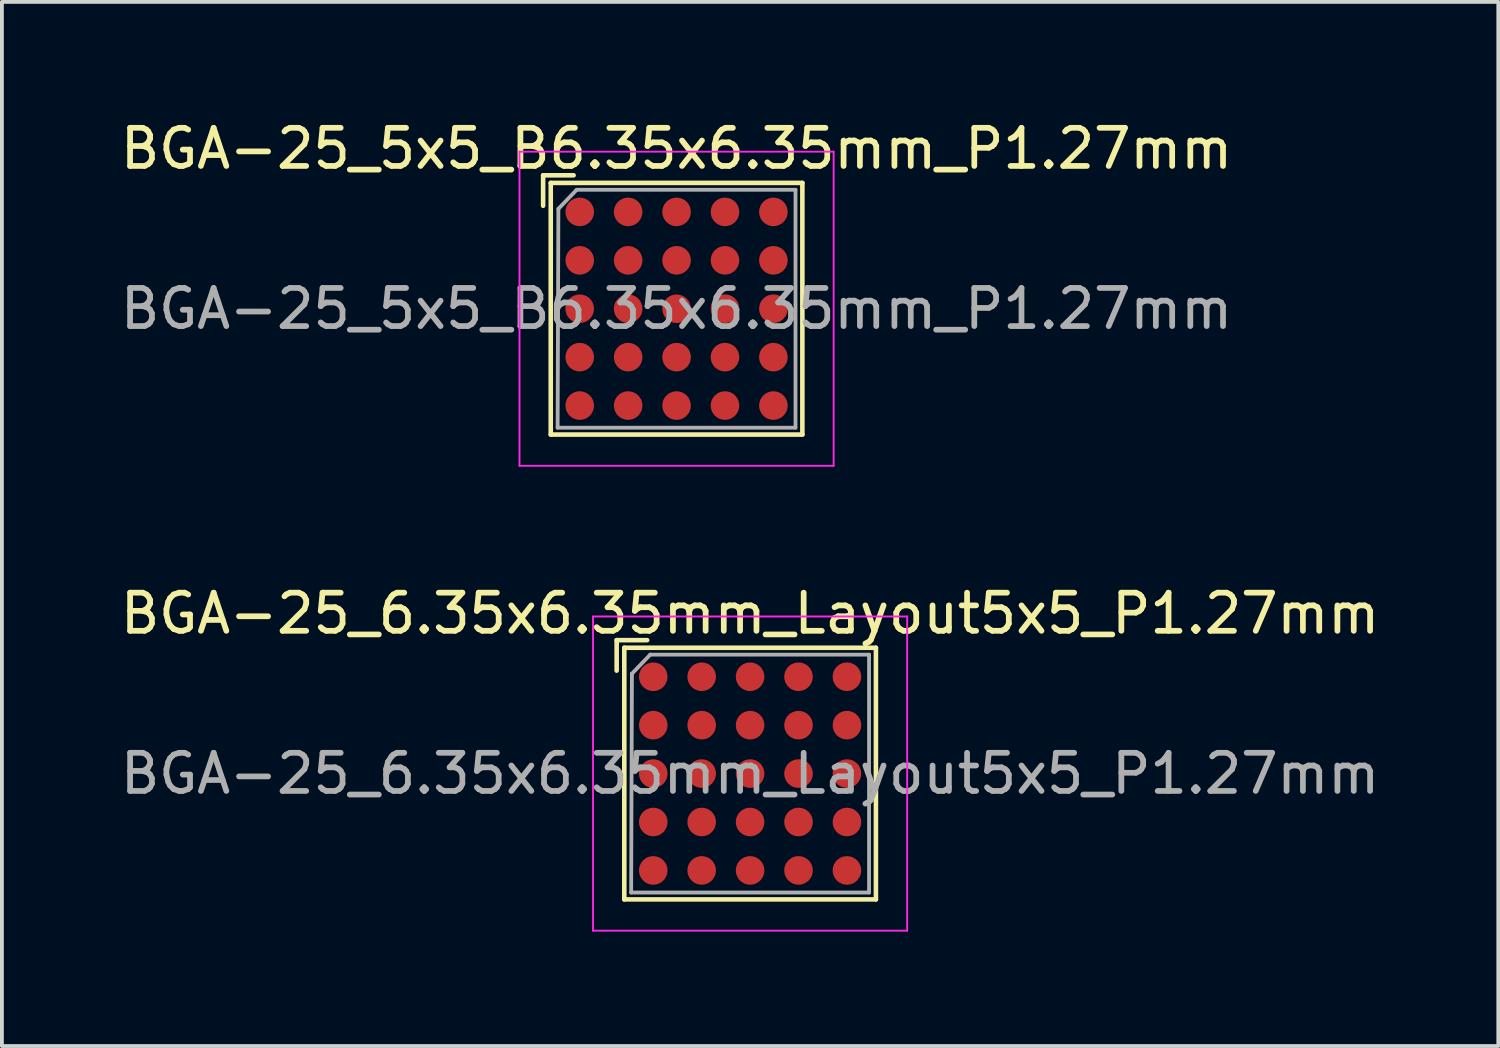
<source format=kicad_pcb>
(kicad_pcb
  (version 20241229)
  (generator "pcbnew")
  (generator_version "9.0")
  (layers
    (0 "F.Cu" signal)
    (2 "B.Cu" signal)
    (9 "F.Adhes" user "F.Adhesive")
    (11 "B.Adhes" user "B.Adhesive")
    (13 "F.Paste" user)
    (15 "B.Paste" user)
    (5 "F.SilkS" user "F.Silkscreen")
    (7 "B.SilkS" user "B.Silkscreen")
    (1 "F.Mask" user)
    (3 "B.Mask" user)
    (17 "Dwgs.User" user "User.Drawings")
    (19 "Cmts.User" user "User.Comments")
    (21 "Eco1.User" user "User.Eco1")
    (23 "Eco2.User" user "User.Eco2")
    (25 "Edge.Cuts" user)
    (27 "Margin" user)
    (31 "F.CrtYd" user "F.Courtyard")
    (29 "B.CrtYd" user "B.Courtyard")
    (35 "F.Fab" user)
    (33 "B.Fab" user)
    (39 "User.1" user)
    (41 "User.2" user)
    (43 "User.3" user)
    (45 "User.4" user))
  (footprint "BGA-25_5x5_B6.35x6.35mm_P1.27mm"
    (layer "F.Cu")
    (at 14.696 5.048)
    (property "Reference" "BGA-25_5x5_B6.35x6.35mm_P1.27mm" (at 0 -4.2 0) (layer "F.SilkS") (effects (font (size 1 1) (thickness 0.15))))
    (attr smd)
    (fp_line (start -3.5 -3.5) (end -3.5 -2.7) (stroke (width 0.12) (type solid)) (layer "F.SilkS"))
    (fp_line (start -3.3 -3.3) (end 3.3 -3.3) (stroke (width 0.12) (type solid)) (layer "F.SilkS"))
    (fp_line (start -3.3 3.3) (end -3.3 -3.3) (stroke (width 0.12) (type solid)) (layer "F.SilkS"))
    (fp_line (start -2.7 -3.5) (end -3.5 -3.5) (stroke (width 0.12) (type solid)) (layer "F.SilkS"))
    (fp_line (start 3.3 -3.3) (end 3.3 3.3) (stroke (width 0.12) (type solid)) (layer "F.SilkS"))
    (fp_line (start 3.3 3.3) (end -3.3 3.3) (stroke (width 0.12) (type solid)) (layer "F.SilkS"))
    (fp_line (start -4.12 -4.12) (end -4.12 4.12) (stroke (width 0.05) (type solid)) (layer "F.CrtYd"))
    (fp_line (start -4.12 -4.12) (end 4.12 -4.12) (stroke (width 0.05) (type solid)) (layer "F.CrtYd"))
    (fp_line (start 4.12 4.12) (end -4.12 4.12) (stroke (width 0.05) (type solid)) (layer "F.CrtYd"))
    (fp_line (start 4.12 4.12) (end 4.12 -4.12) (stroke (width 0.05) (type solid)) (layer "F.CrtYd"))
    (fp_line (start -3.12 3.12) (end -3.1 -2.62) (stroke (width 0.1) (type solid)) (layer "F.Fab"))
    (fp_line (start -3.1 -2.62) (end -2.62 -3.12) (stroke (width 0.1) (type solid)) (layer "F.Fab"))
    (fp_line (start -2.62 -3.12) (end 3.12 -3.12) (stroke (width 0.1) (type solid)) (layer "F.Fab"))
    (fp_line (start 3.12 -3.12) (end 3.12 3.12) (stroke (width 0.1) (type solid)) (layer "F.Fab"))
    (fp_line (start 3.12 3.12) (end -3.12 3.12) (stroke (width 0.1) (type solid)) (layer "F.Fab"))
    (fp_text user "${REFERENCE}" (at 0 0 0) (layer "F.Fab") (effects (font (size 1 1) (thickness 0.15))))
    (pad "A1" smd circle (at -2.54 -2.54) (size 0.75 0.75) (layers "F.Cu" "F.Mask" "F.Paste"))
    (pad "A2" smd circle (at -1.27 -2.54) (size 0.75 0.75) (layers "F.Cu" "F.Mask" "F.Paste"))
    (pad "A3" smd circle (at 0 -2.54) (size 0.75 0.75) (layers "F.Cu" "F.Mask" "F.Paste"))
    (pad "A4" smd circle (at 1.27 -2.54) (size 0.75 0.75) (layers "F.Cu" "F.Mask" "F.Paste"))
    (pad "A5" smd circle (at 2.54 -2.54) (size 0.75 0.75) (layers "F.Cu" "F.Mask" "F.Paste"))
    (pad "B1" smd circle (at -2.54 -1.27) (size 0.75 0.75) (layers "F.Cu" "F.Mask" "F.Paste"))
    (pad "B2" smd circle (at -1.27 -1.27) (size 0.75 0.75) (layers "F.Cu" "F.Mask" "F.Paste"))
    (pad "B3" smd circle (at 0 -1.27) (size 0.75 0.75) (layers "F.Cu" "F.Mask" "F.Paste"))
    (pad "B4" smd circle (at 1.27 -1.27) (size 0.75 0.75) (layers "F.Cu" "F.Mask" "F.Paste"))
    (pad "B5" smd circle (at 2.54 -1.27) (size 0.75 0.75) (layers "F.Cu" "F.Mask" "F.Paste"))
    (pad "C1" smd circle (at -2.54 0) (size 0.75 0.75) (layers "F.Cu" "F.Mask" "F.Paste"))
    (pad "C2" smd circle (at -1.27 0) (size 0.75 0.75) (layers "F.Cu" "F.Mask" "F.Paste"))
    (pad "C3" smd circle (at 0 0) (size 0.75 0.75) (layers "F.Cu" "F.Mask" "F.Paste"))
    (pad "C4" smd circle (at 1.27 0) (size 0.75 0.75) (layers "F.Cu" "F.Mask" "F.Paste"))
    (pad "C5" smd circle (at 2.54 0) (size 0.75 0.75) (layers "F.Cu" "F.Mask" "F.Paste"))
    (pad "D1" smd circle (at -2.54 1.27) (size 0.75 0.75) (layers "F.Cu" "F.Mask" "F.Paste"))
    (pad "D2" smd circle (at -1.27 1.27) (size 0.75 0.75) (layers "F.Cu" "F.Mask" "F.Paste"))
    (pad "D3" smd circle (at 0 1.27) (size 0.75 0.75) (layers "F.Cu" "F.Mask" "F.Paste"))
    (pad "D4" smd circle (at 1.27 1.27) (size 0.75 0.75) (layers "F.Cu" "F.Mask" "F.Paste"))
    (pad "D5" smd circle (at 2.54 1.27) (size 0.75 0.75) (layers "F.Cu" "F.Mask" "F.Paste"))
    (pad "E1" smd circle (at -2.54 2.54) (size 0.75 0.75) (layers "F.Cu" "F.Mask" "F.Paste"))
    (pad "E2" smd circle (at -1.27 2.54) (size 0.75 0.75) (layers "F.Cu" "F.Mask" "F.Paste"))
    (pad "E3" smd circle (at 0 2.54) (size 0.75 0.75) (layers "F.Cu" "F.Mask" "F.Paste"))
    (pad "E4" smd circle (at 1.27 2.54) (size 0.75 0.75) (layers "F.Cu" "F.Mask" "F.Paste"))
    (pad "E5" smd circle (at 2.54 2.54) (size 0.75 0.75) (layers "F.Cu" "F.Mask" "F.Paste")))
  (footprint "BGA-25_6.35x6.35mm_Layout5x5_P1.27mm"
    (layer "F.Cu")
    (at 16.625 17.241)
    (property "Reference" "BGA-25_6.35x6.35mm_Layout5x5_P1.27mm" (at 0 -4.2 0) (layer "F.SilkS") (effects (font (size 1 1) (thickness 0.15))))
    (attr smd)
    (fp_line (start -3.5 -3.5) (end -3.5 -2.7) (stroke (width 0.12) (type solid)) (layer "F.SilkS"))
    (fp_line (start -3.3 -3.3) (end 3.3 -3.3) (stroke (width 0.12) (type solid)) (layer "F.SilkS"))
    (fp_line (start -3.3 3.3) (end -3.3 -3.3) (stroke (width 0.12) (type solid)) (layer "F.SilkS"))
    (fp_line (start -2.7 -3.5) (end -3.5 -3.5) (stroke (width 0.12) (type solid)) (layer "F.SilkS"))
    (fp_line (start 3.3 -3.3) (end 3.3 3.3) (stroke (width 0.12) (type solid)) (layer "F.SilkS"))
    (fp_line (start 3.3 3.3) (end -3.3 3.3) (stroke (width 0.12) (type solid)) (layer "F.SilkS"))
    (fp_line (start -4.12 -4.12) (end -4.12 4.12) (stroke (width 0.05) (type solid)) (layer "F.CrtYd"))
    (fp_line (start -4.12 -4.12) (end 4.12 -4.12) (stroke (width 0.05) (type solid)) (layer "F.CrtYd"))
    (fp_line (start 4.12 4.12) (end -4.12 4.12) (stroke (width 0.05) (type solid)) (layer "F.CrtYd"))
    (fp_line (start 4.12 4.12) (end 4.12 -4.12) (stroke (width 0.05) (type solid)) (layer "F.CrtYd"))
    (fp_line (start -3.12 3.12) (end -3.1 -2.62) (stroke (width 0.1) (type solid)) (layer "F.Fab"))
    (fp_line (start -3.1 -2.62) (end -2.62 -3.12) (stroke (width 0.1) (type solid)) (layer "F.Fab"))
    (fp_line (start -2.62 -3.12) (end 3.12 -3.12) (stroke (width 0.1) (type solid)) (layer "F.Fab"))
    (fp_line (start 3.12 -3.12) (end 3.12 3.12) (stroke (width 0.1) (type solid)) (layer "F.Fab"))
    (fp_line (start 3.12 3.12) (end -3.12 3.12) (stroke (width 0.1) (type solid)) (layer "F.Fab"))
    (fp_text user "${REFERENCE}" (at 0 0 0) (layer "F.Fab") (effects (font (size 1 1) (thickness 0.15))))
    (pad "A1" smd circle (at -2.54 -2.54) (size 0.75 0.75) (layers "F.Cu" "F.Mask" "F.Paste"))
    (pad "A2" smd circle (at -1.27 -2.54) (size 0.75 0.75) (layers "F.Cu" "F.Mask" "F.Paste"))
    (pad "A3" smd circle (at 0 -2.54) (size 0.75 0.75) (layers "F.Cu" "F.Mask" "F.Paste"))
    (pad "A4" smd circle (at 1.27 -2.54) (size 0.75 0.75) (layers "F.Cu" "F.Mask" "F.Paste"))
    (pad "A5" smd circle (at 2.54 -2.54) (size 0.75 0.75) (layers "F.Cu" "F.Mask" "F.Paste"))
    (pad "B1" smd circle (at -2.54 -1.27) (size 0.75 0.75) (layers "F.Cu" "F.Mask" "F.Paste"))
    (pad "B2" smd circle (at -1.27 -1.27) (size 0.75 0.75) (layers "F.Cu" "F.Mask" "F.Paste"))
    (pad "B3" smd circle (at 0 -1.27) (size 0.75 0.75) (layers "F.Cu" "F.Mask" "F.Paste"))
    (pad "B4" smd circle (at 1.27 -1.27) (size 0.75 0.75) (layers "F.Cu" "F.Mask" "F.Paste"))
    (pad "B5" smd circle (at 2.54 -1.27) (size 0.75 0.75) (layers "F.Cu" "F.Mask" "F.Paste"))
    (pad "C1" smd circle (at -2.54 0) (size 0.75 0.75) (layers "F.Cu" "F.Mask" "F.Paste"))
    (pad "C2" smd circle (at -1.27 0) (size 0.75 0.75) (layers "F.Cu" "F.Mask" "F.Paste"))
    (pad "C3" smd circle (at 0 0) (size 0.75 0.75) (layers "F.Cu" "F.Mask" "F.Paste"))
    (pad "C4" smd circle (at 1.27 0) (size 0.75 0.75) (layers "F.Cu" "F.Mask" "F.Paste"))
    (pad "C5" smd circle (at 2.54 0) (size 0.75 0.75) (layers "F.Cu" "F.Mask" "F.Paste"))
    (pad "D1" smd circle (at -2.54 1.27) (size 0.75 0.75) (layers "F.Cu" "F.Mask" "F.Paste"))
    (pad "D2" smd circle (at -1.27 1.27) (size 0.75 0.75) (layers "F.Cu" "F.Mask" "F.Paste"))
    (pad "D3" smd circle (at 0 1.27) (size 0.75 0.75) (layers "F.Cu" "F.Mask" "F.Paste"))
    (pad "D4" smd circle (at 1.27 1.27) (size 0.75 0.75) (layers "F.Cu" "F.Mask" "F.Paste"))
    (pad "D5" smd circle (at 2.54 1.27) (size 0.75 0.75) (layers "F.Cu" "F.Mask" "F.Paste"))
    (pad "E1" smd circle (at -2.54 2.54) (size 0.75 0.75) (layers "F.Cu" "F.Mask" "F.Paste"))
    (pad "E2" smd circle (at -1.27 2.54) (size 0.75 0.75) (layers "F.Cu" "F.Mask" "F.Paste"))
    (pad "E3" smd circle (at 0 2.54) (size 0.75 0.75) (layers "F.Cu" "F.Mask" "F.Paste"))
    (pad "E4" smd circle (at 1.27 2.54) (size 0.75 0.75) (layers "F.Cu" "F.Mask" "F.Paste"))
    (pad "E5" smd circle (at 2.54 2.54) (size 0.75 0.75) (layers "F.Cu" "F.Mask" "F.Paste")))
  (gr_rect
    (start -3 -3)
    (end 36.25 24.387)
    (stroke (width 0.1) (type default))
    (fill no)
    (layer "Edge.Cuts")))
</source>
